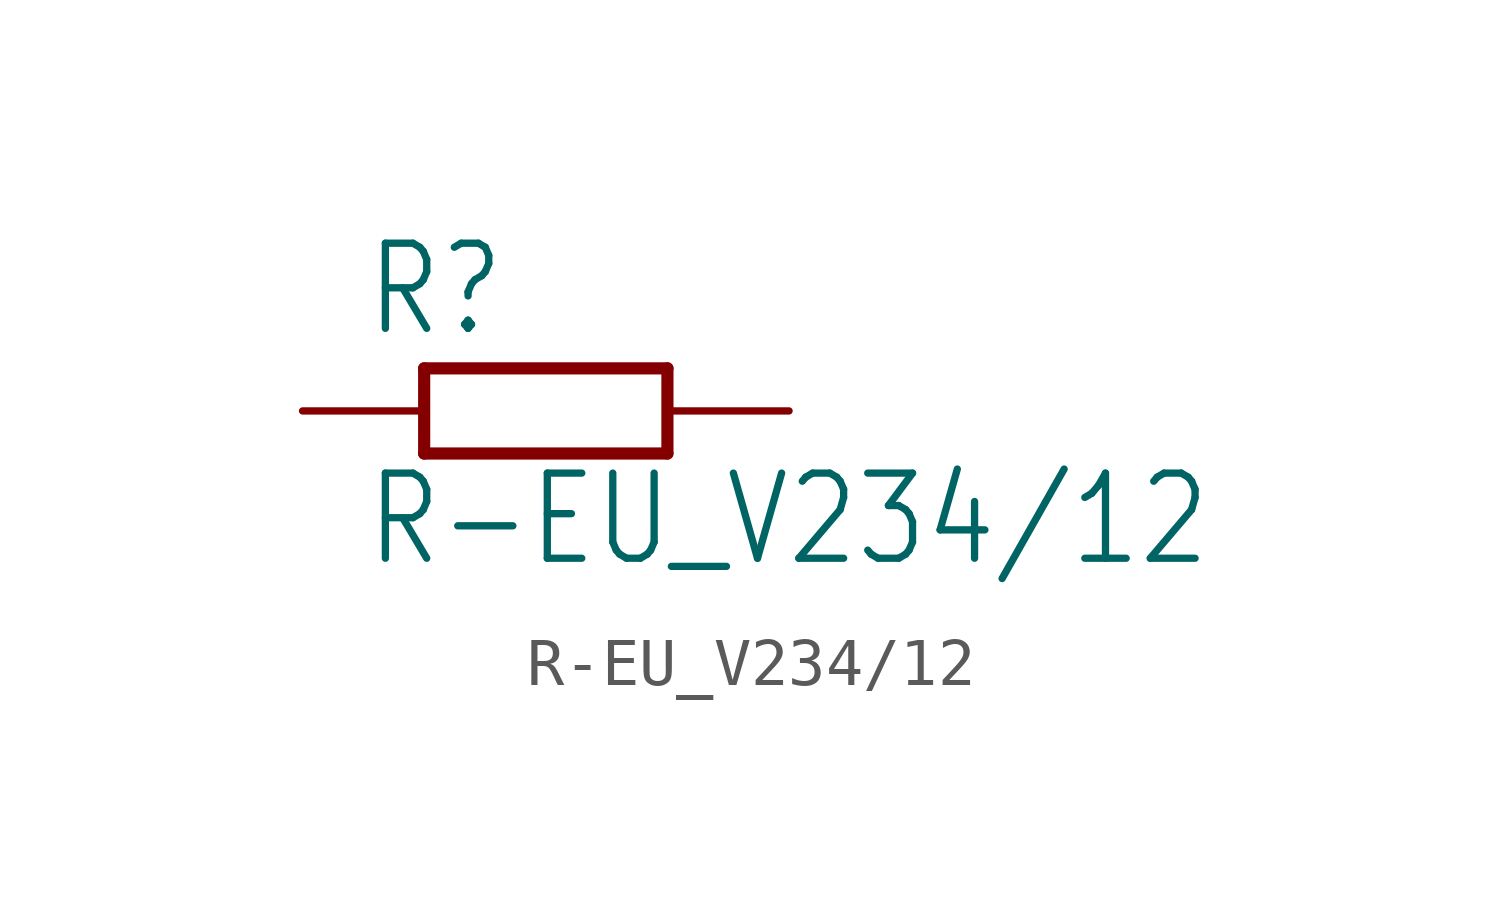
<source format=kicad_sym>
(kicad_symbol_lib
  (version 20231120)
  (generator "kicad_symbol_editor")
  (generator_version "8.0")
  (symbol "R-EU_V234/12"
    (property "Reference" "R"
      (at -3.81 1.499 0)
      (effects (font (size 1.778 1.511)) (justify left bottom)))
    (property "Value" "R-EU_V234{slash}12"
      (at -3.81 -3.302 0)
      (effects (font (size 1.778 1.511)) (justify left bottom)))
    (property "ki_locked" ""
      (at 0 0 0)
      (effects (font (size 1.27 1.27))))
    (symbol "R-EU_V234/12_1_0"
      (polyline (pts (xy -2.54 -0.889) (xy -2.54 0.889)) (stroke (width 0.254) (type default)) (fill (type none)))
      (polyline (pts (xy -2.54 -0.889) (xy 2.54 -0.889)) (stroke (width 0.254) (type default)) (fill (type none)))
      (polyline (pts (xy 2.54 -0.889) (xy 2.54 0.889)) (stroke (width 0.254) (type default)) (fill (type none)))
      (polyline (pts (xy 2.54 0.889) (xy -2.54 0.889)) (stroke (width 0.254) (type default)) (fill (type none)))
      (pin passive line (at -5.08 0 0) (length 2.54) (name "1" (effects (font (size 0 0)))) (number "1" (effects (font (size 0 0)))))
      (pin passive line (at 5.08 0 180) (length 2.54) (name "2" (effects (font (size 0 0)))) (number "2" (effects (font (size 0 0))))))))
</source>
